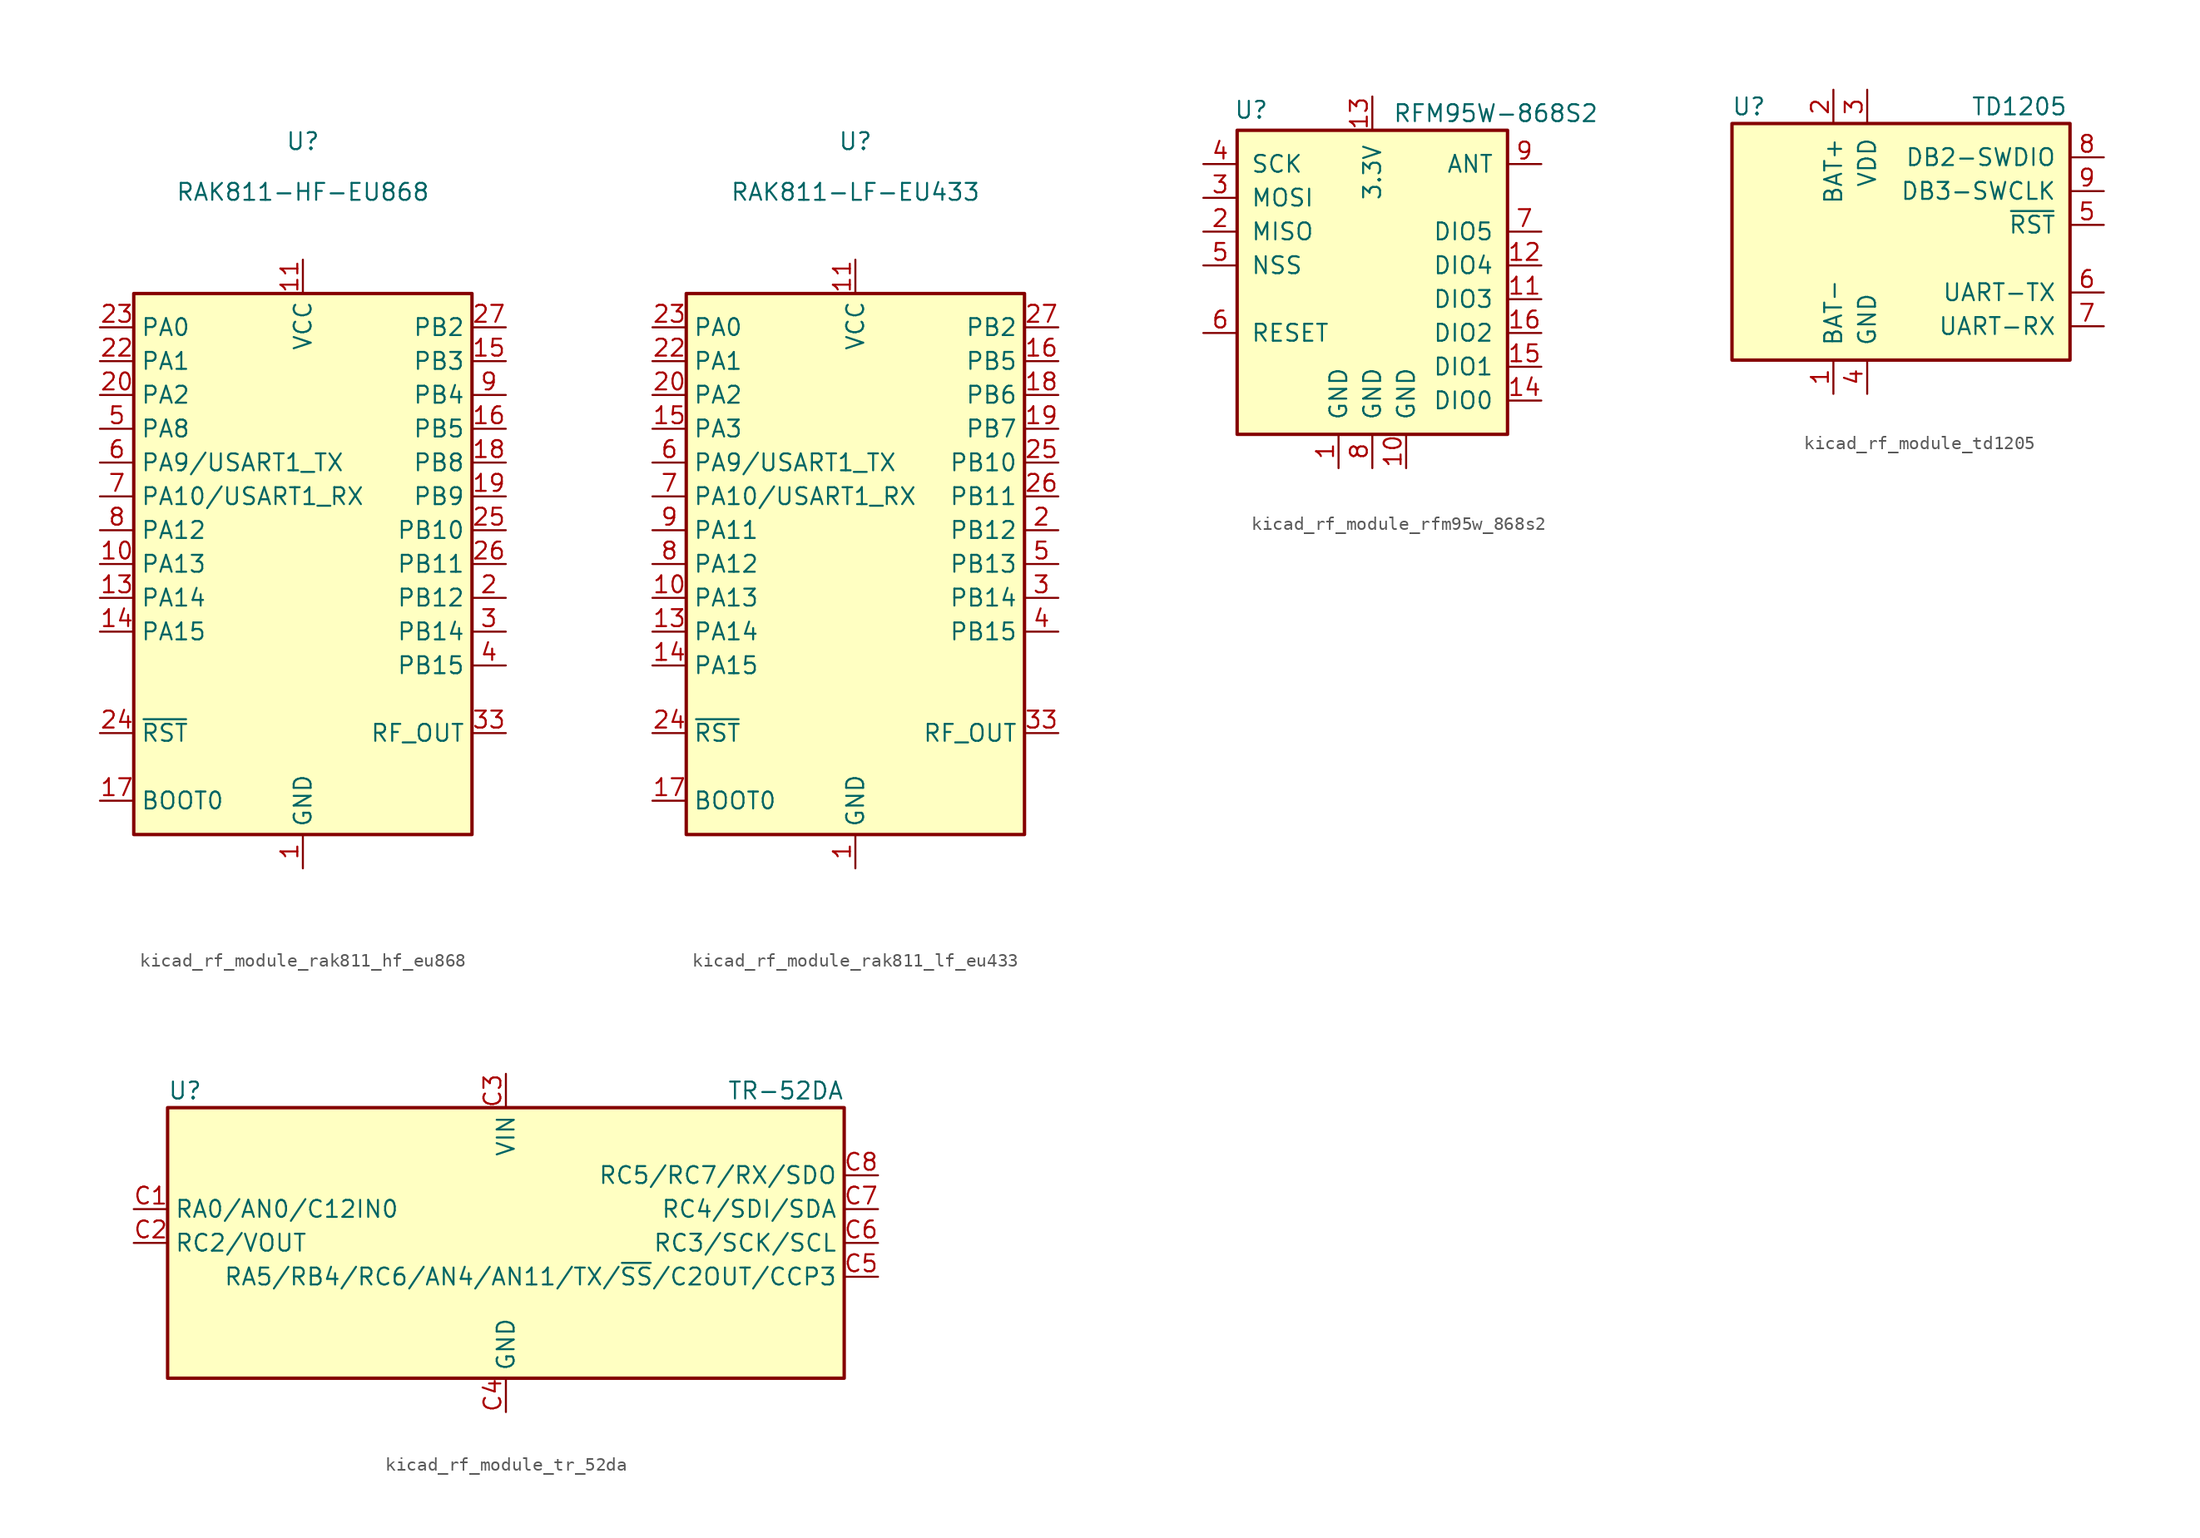
<source format=kicad_sym>
(kicad_symbol_lib
  (version 20220914)
  (generator kicad_symbol_editor)
  (symbol "kicad_rf_module_rak811_hf_eu868"
    (property "Reference" "U"
      (at 0 31.75 0)
      (effects (font (size 1.27 1.27))))
    (property "Value" "RAK811-HF-EU868"
      (at 0 27.94 0)
      (effects (font (size 1.27 1.27))))
    (symbol "kicad_rf_module_rak811_hf_eu868_0_0"
      (pin power_in line (at 0 -22.86 90) (length 2.54) (name "GND" (effects (font (size 1.27 1.27)))) (number "1" (effects (font (size 1.27 1.27)))))
      (pin bidirectional line (at -15.24 0 0) (length 2.54) (name "PA13" (effects (font (size 1.27 1.27)))) (number "10" (effects (font (size 1.27 1.27)))))
      (pin power_in line (at 0 22.86 270) (length 2.54) (name "VCC" (effects (font (size 1.27 1.27)))) (number "11" (effects (font (size 1.27 1.27)))))
      (pin passive line (at 0 -22.86 90) (length 2.54) hide (name "GND" (effects (font (size 1.27 1.27)))) (number "12" (effects (font (size 1.27 1.27)))))
      (pin bidirectional line (at -15.24 -2.54 0) (length 2.54) (name "PA14" (effects (font (size 1.27 1.27)))) (number "13" (effects (font (size 1.27 1.27)))))
      (pin bidirectional line (at -15.24 -5.08 0) (length 2.54) (name "PA15" (effects (font (size 1.27 1.27)))) (number "14" (effects (font (size 1.27 1.27)))))
      (pin bidirectional line (at 15.24 15.24 180) (length 2.54) (name "PB3" (effects (font (size 1.27 1.27)))) (number "15" (effects (font (size 1.27 1.27)))))
      (pin bidirectional line (at 15.24 10.16 180) (length 2.54) (name "PB5" (effects (font (size 1.27 1.27)))) (number "16" (effects (font (size 1.27 1.27)))))
      (pin input line (at -15.24 -17.78 0) (length 2.54) (name "BOOT0" (effects (font (size 1.27 1.27)))) (number "17" (effects (font (size 1.27 1.27)))))
      (pin bidirectional line (at 15.24 7.62 180) (length 2.54) (name "PB8" (effects (font (size 1.27 1.27)))) (number "18" (effects (font (size 1.27 1.27)))))
      (pin bidirectional line (at 15.24 5.08 180) (length 2.54) (name "PB9" (effects (font (size 1.27 1.27)))) (number "19" (effects (font (size 1.27 1.27)))))
      (pin bidirectional line (at 15.24 -2.54 180) (length 2.54) (name "PB12" (effects (font (size 1.27 1.27)))) (number "2" (effects (font (size 1.27 1.27)))))
      (pin bidirectional line (at -15.24 12.7 0) (length 2.54) (name "PA2" (effects (font (size 1.27 1.27)))) (number "20" (effects (font (size 1.27 1.27)))))
      (pin passive line (at 0 -22.86 90) (length 2.54) hide (name "GND" (effects (font (size 1.27 1.27)))) (number "21" (effects (font (size 1.27 1.27)))))
      (pin bidirectional line (at -15.24 15.24 0) (length 2.54) (name "PA1" (effects (font (size 1.27 1.27)))) (number "22" (effects (font (size 1.27 1.27)))))
      (pin bidirectional line (at -15.24 17.78 0) (length 2.54) (name "PA0" (effects (font (size 1.27 1.27)))) (number "23" (effects (font (size 1.27 1.27)))))
      (pin input line (at -15.24 -12.7 0) (length 2.54) (name "~{RST}" (effects (font (size 1.27 1.27)))) (number "24" (effects (font (size 1.27 1.27)))))
      (pin bidirectional line (at 15.24 2.54 180) (length 2.54) (name "PB10" (effects (font (size 1.27 1.27)))) (number "25" (effects (font (size 1.27 1.27)))))
      (pin bidirectional line (at 15.24 0 180) (length 2.54) (name "PB11" (effects (font (size 1.27 1.27)))) (number "26" (effects (font (size 1.27 1.27)))))
      (pin bidirectional line (at 15.24 17.78 180) (length 2.54) (name "PB2" (effects (font (size 1.27 1.27)))) (number "27" (effects (font (size 1.27 1.27)))))
      (pin passive line (at 0 -22.86 90) (length 2.54) hide (name "GND" (effects (font (size 1.27 1.27)))) (number "28" (effects (font (size 1.27 1.27)))))
      (pin passive line (at 0 -22.86 90) (length 2.54) hide (name "GND" (effects (font (size 1.27 1.27)))) (number "29" (effects (font (size 1.27 1.27)))))
      (pin bidirectional line (at 15.24 -5.08 180) (length 2.54) (name "PB14" (effects (font (size 1.27 1.27)))) (number "3" (effects (font (size 1.27 1.27)))))
      (pin passive line (at 0 -22.86 90) (length 2.54) hide (name "GND" (effects (font (size 1.27 1.27)))) (number "30" (effects (font (size 1.27 1.27)))))
      (pin passive line (at 0 -22.86 90) (length 2.54) hide (name "GND" (effects (font (size 1.27 1.27)))) (number "31" (effects (font (size 1.27 1.27)))))
      (pin passive line (at 0 -22.86 90) (length 2.54) hide (name "GND" (effects (font (size 1.27 1.27)))) (number "32" (effects (font (size 1.27 1.27)))))
      (pin passive line (at 15.24 -12.7 180) (length 2.54) (name "RF_OUT" (effects (font (size 1.27 1.27)))) (number "33" (effects (font (size 1.27 1.27)))))
      (pin passive line (at 0 -22.86 90) (length 2.54) hide (name "GND" (effects (font (size 1.27 1.27)))) (number "34" (effects (font (size 1.27 1.27)))))
      (pin bidirectional line (at 15.24 -7.62 180) (length 2.54) (name "PB15" (effects (font (size 1.27 1.27)))) (number "4" (effects (font (size 1.27 1.27)))))
      (pin bidirectional line (at -15.24 10.16 0) (length 2.54) (name "PA8" (effects (font (size 1.27 1.27)))) (number "5" (effects (font (size 1.27 1.27)))))
      (pin bidirectional line (at -15.24 7.62 0) (length 2.54) (name "PA9/USART1_TX" (effects (font (size 1.27 1.27)))) (number "6" (effects (font (size 1.27 1.27)))))
      (pin bidirectional line (at -15.24 5.08 0) (length 2.54) (name "PA10/USART1_RX" (effects (font (size 1.27 1.27)))) (number "7" (effects (font (size 1.27 1.27)))))
      (pin bidirectional line (at -15.24 2.54 0) (length 2.54) (name "PA12" (effects (font (size 1.27 1.27)))) (number "8" (effects (font (size 1.27 1.27)))))
      (pin bidirectional line (at 15.24 12.7 180) (length 2.54) (name "PB4" (effects (font (size 1.27 1.27)))) (number "9" (effects (font (size 1.27 1.27))))))
    (symbol "kicad_rf_module_rak811_hf_eu868_0_1"
      (rectangle (start 12.7 -20.32) (end -12.7 20.32) (stroke (width 0.254) (type default)) (fill (type background)))))
  (symbol "kicad_rf_module_rak811_lf_eu433"
    (property "Reference" "U"
      (at 0 31.75 0)
      (effects (font (size 1.27 1.27))))
    (property "Value" "RAK811-LF-EU433"
      (at 0 27.94 0)
      (effects (font (size 1.27 1.27))))
    (symbol "kicad_rf_module_rak811_lf_eu433_0_0"
      (pin power_in line (at 0 -22.86 90) (length 2.54) (name "GND" (effects (font (size 1.27 1.27)))) (number "1" (effects (font (size 1.27 1.27)))))
      (pin bidirectional line (at -15.24 -2.54 0) (length 2.54) (name "PA13" (effects (font (size 1.27 1.27)))) (number "10" (effects (font (size 1.27 1.27)))))
      (pin power_in line (at 0 22.86 270) (length 2.54) (name "VCC" (effects (font (size 1.27 1.27)))) (number "11" (effects (font (size 1.27 1.27)))))
      (pin passive line (at 0 -22.86 90) (length 2.54) hide (name "GND" (effects (font (size 1.27 1.27)))) (number "12" (effects (font (size 1.27 1.27)))))
      (pin bidirectional line (at -15.24 -5.08 0) (length 2.54) (name "PA14" (effects (font (size 1.27 1.27)))) (number "13" (effects (font (size 1.27 1.27)))))
      (pin bidirectional line (at -15.24 -7.62 0) (length 2.54) (name "PA15" (effects (font (size 1.27 1.27)))) (number "14" (effects (font (size 1.27 1.27)))))
      (pin bidirectional line (at -15.24 10.16 0) (length 2.54) (name "PA3" (effects (font (size 1.27 1.27)))) (number "15" (effects (font (size 1.27 1.27)))))
      (pin bidirectional line (at 15.24 15.24 180) (length 2.54) (name "PB5" (effects (font (size 1.27 1.27)))) (number "16" (effects (font (size 1.27 1.27)))))
      (pin input line (at -15.24 -17.78 0) (length 2.54) (name "BOOT0" (effects (font (size 1.27 1.27)))) (number "17" (effects (font (size 1.27 1.27)))))
      (pin bidirectional line (at 15.24 12.7 180) (length 2.54) (name "PB6" (effects (font (size 1.27 1.27)))) (number "18" (effects (font (size 1.27 1.27)))))
      (pin bidirectional line (at 15.24 10.16 180) (length 2.54) (name "PB7" (effects (font (size 1.27 1.27)))) (number "19" (effects (font (size 1.27 1.27)))))
      (pin bidirectional line (at 15.24 2.54 180) (length 2.54) (name "PB12" (effects (font (size 1.27 1.27)))) (number "2" (effects (font (size 1.27 1.27)))))
      (pin bidirectional line (at -15.24 12.7 0) (length 2.54) (name "PA2" (effects (font (size 1.27 1.27)))) (number "20" (effects (font (size 1.27 1.27)))))
      (pin passive line (at 0 -22.86 90) (length 2.54) hide (name "GND" (effects (font (size 1.27 1.27)))) (number "21" (effects (font (size 1.27 1.27)))))
      (pin bidirectional line (at -15.24 15.24 0) (length 2.54) (name "PA1" (effects (font (size 1.27 1.27)))) (number "22" (effects (font (size 1.27 1.27)))))
      (pin bidirectional line (at -15.24 17.78 0) (length 2.54) (name "PA0" (effects (font (size 1.27 1.27)))) (number "23" (effects (font (size 1.27 1.27)))))
      (pin input line (at -15.24 -12.7 0) (length 2.54) (name "~{RST}" (effects (font (size 1.27 1.27)))) (number "24" (effects (font (size 1.27 1.27)))))
      (pin bidirectional line (at 15.24 7.62 180) (length 2.54) (name "PB10" (effects (font (size 1.27 1.27)))) (number "25" (effects (font (size 1.27 1.27)))))
      (pin bidirectional line (at 15.24 5.08 180) (length 2.54) (name "PB11" (effects (font (size 1.27 1.27)))) (number "26" (effects (font (size 1.27 1.27)))))
      (pin bidirectional line (at 15.24 17.78 180) (length 2.54) (name "PB2" (effects (font (size 1.27 1.27)))) (number "27" (effects (font (size 1.27 1.27)))))
      (pin passive line (at 0 -22.86 90) (length 2.54) hide (name "GND" (effects (font (size 1.27 1.27)))) (number "28" (effects (font (size 1.27 1.27)))))
      (pin passive line (at 0 -22.86 90) (length 2.54) hide (name "GND" (effects (font (size 1.27 1.27)))) (number "29" (effects (font (size 1.27 1.27)))))
      (pin bidirectional line (at 15.24 -2.54 180) (length 2.54) (name "PB14" (effects (font (size 1.27 1.27)))) (number "3" (effects (font (size 1.27 1.27)))))
      (pin passive line (at 0 -22.86 90) (length 2.54) hide (name "GND" (effects (font (size 1.27 1.27)))) (number "30" (effects (font (size 1.27 1.27)))))
      (pin passive line (at 0 -22.86 90) (length 2.54) hide (name "GND" (effects (font (size 1.27 1.27)))) (number "31" (effects (font (size 1.27 1.27)))))
      (pin passive line (at 0 -22.86 90) (length 2.54) hide (name "GND" (effects (font (size 1.27 1.27)))) (number "32" (effects (font (size 1.27 1.27)))))
      (pin passive line (at 15.24 -12.7 180) (length 2.54) (name "RF_OUT" (effects (font (size 1.27 1.27)))) (number "33" (effects (font (size 1.27 1.27)))))
      (pin passive line (at 0 -22.86 90) (length 2.54) hide (name "GND" (effects (font (size 1.27 1.27)))) (number "34" (effects (font (size 1.27 1.27)))))
      (pin bidirectional line (at 15.24 -5.08 180) (length 2.54) (name "PB15" (effects (font (size 1.27 1.27)))) (number "4" (effects (font (size 1.27 1.27)))))
      (pin bidirectional line (at 15.24 0 180) (length 2.54) (name "PB13" (effects (font (size 1.27 1.27)))) (number "5" (effects (font (size 1.27 1.27)))))
      (pin bidirectional line (at -15.24 7.62 0) (length 2.54) (name "PA9/USART1_TX" (effects (font (size 1.27 1.27)))) (number "6" (effects (font (size 1.27 1.27)))))
      (pin bidirectional line (at -15.24 5.08 0) (length 2.54) (name "PA10/USART1_RX" (effects (font (size 1.27 1.27)))) (number "7" (effects (font (size 1.27 1.27)))))
      (pin bidirectional line (at -15.24 0 0) (length 2.54) (name "PA12" (effects (font (size 1.27 1.27)))) (number "8" (effects (font (size 1.27 1.27)))))
      (pin bidirectional line (at -15.24 2.54 0) (length 2.54) (name "PA11" (effects (font (size 1.27 1.27)))) (number "9" (effects (font (size 1.27 1.27))))))
    (symbol "kicad_rf_module_rak811_lf_eu433_0_1"
      (rectangle (start 12.7 -20.32) (end -12.7 20.32) (stroke (width 0.254) (type default)) (fill (type background)))))
  (symbol "kicad_rf_module_rfm95w_868s2"
    (pin_names
      (offset 1.016))
    (property "Reference" "U"
      (at -10.414 11.684 0)
      (effects (font (size 1.27 1.27)) (justify left)))
    (property "Value" "RFM95W-868S2"
      (at 1.524 11.43 0)
      (effects (font (size 1.27 1.27)) (justify left)))
    (symbol "kicad_rf_module_rfm95w_868s2_0_1"
      (rectangle (start -10.16 10.16) (end 10.16 -12.7) (stroke (width 0.254) (type default)) (fill (type background))))
    (symbol "kicad_rf_module_rfm95w_868s2_1_1"
      (pin power_in line (at -2.54 -15.24 90) (length 2.54) (name "GND" (effects (font (size 1.27 1.27)))) (number "1" (effects (font (size 1.27 1.27)))))
      (pin power_in line (at 2.54 -15.24 90) (length 2.54) (name "GND" (effects (font (size 1.27 1.27)))) (number "10" (effects (font (size 1.27 1.27)))))
      (pin bidirectional line (at 12.7 -2.54 180) (length 2.54) (name "DIO3" (effects (font (size 1.27 1.27)))) (number "11" (effects (font (size 1.27 1.27)))))
      (pin bidirectional line (at 12.7 0 180) (length 2.54) (name "DIO4" (effects (font (size 1.27 1.27)))) (number "12" (effects (font (size 1.27 1.27)))))
      (pin power_in line (at 0 12.7 270) (length 2.54) (name "3.3V" (effects (font (size 1.27 1.27)))) (number "13" (effects (font (size 1.27 1.27)))))
      (pin bidirectional line (at 12.7 -10.16 180) (length 2.54) (name "DIO0" (effects (font (size 1.27 1.27)))) (number "14" (effects (font (size 1.27 1.27)))))
      (pin bidirectional line (at 12.7 -7.62 180) (length 2.54) (name "DIO1" (effects (font (size 1.27 1.27)))) (number "15" (effects (font (size 1.27 1.27)))))
      (pin bidirectional line (at 12.7 -5.08 180) (length 2.54) (name "DIO2" (effects (font (size 1.27 1.27)))) (number "16" (effects (font (size 1.27 1.27)))))
      (pin output line (at -12.7 2.54 0) (length 2.54) (name "MISO" (effects (font (size 1.27 1.27)))) (number "2" (effects (font (size 1.27 1.27)))))
      (pin input line (at -12.7 5.08 0) (length 2.54) (name "MOSI" (effects (font (size 1.27 1.27)))) (number "3" (effects (font (size 1.27 1.27)))))
      (pin input line (at -12.7 7.62 0) (length 2.54) (name "SCK" (effects (font (size 1.27 1.27)))) (number "4" (effects (font (size 1.27 1.27)))))
      (pin input line (at -12.7 0 0) (length 2.54) (name "NSS" (effects (font (size 1.27 1.27)))) (number "5" (effects (font (size 1.27 1.27)))))
      (pin bidirectional line (at -12.7 -5.08 0) (length 2.54) (name "RESET" (effects (font (size 1.27 1.27)))) (number "6" (effects (font (size 1.27 1.27)))))
      (pin bidirectional line (at 12.7 2.54 180) (length 2.54) (name "DIO5" (effects (font (size 1.27 1.27)))) (number "7" (effects (font (size 1.27 1.27)))))
      (pin power_in line (at 0 -15.24 90) (length 2.54) (name "GND" (effects (font (size 1.27 1.27)))) (number "8" (effects (font (size 1.27 1.27)))))
      (pin bidirectional line (at 12.7 7.62 180) (length 2.54) (name "ANT" (effects (font (size 1.27 1.27)))) (number "9" (effects (font (size 1.27 1.27)))))))
  (symbol "kicad_rf_module_td1205"
    (pin_names
      (offset 1.016))
    (property "Reference" "U"
      (at -11.43 11.43 0)
      (effects (font (size 1.27 1.27))))
    (property "Value" "TD1205"
      (at 8.89 11.43 0)
      (effects (font (size 1.27 1.27))))
    (symbol "kicad_rf_module_td1205_0_1"
      (rectangle (start -12.7 10.16) (end 12.7 -7.62) (stroke (width 0.254) (type default)) (fill (type background))))
    (symbol "kicad_rf_module_td1205_1_1"
      (pin power_in line (at -5.08 -10.16 90) (length 2.54) (name "BAT-" (effects (font (size 1.27 1.27)))) (number "1" (effects (font (size 1.27 1.27)))))
      (pin power_in line (at -5.08 12.7 270) (length 2.54) (name "BAT+" (effects (font (size 1.27 1.27)))) (number "2" (effects (font (size 1.27 1.27)))))
      (pin power_in line (at -2.54 12.7 270) (length 2.54) (name "VDD" (effects (font (size 1.27 1.27)))) (number "3" (effects (font (size 1.27 1.27)))))
      (pin power_in line (at -2.54 -10.16 90) (length 2.54) (name "GND" (effects (font (size 1.27 1.27)))) (number "4" (effects (font (size 1.27 1.27)))))
      (pin input line (at 15.24 2.54 180) (length 2.54) (name "~{RST}" (effects (font (size 1.27 1.27)))) (number "5" (effects (font (size 1.27 1.27)))))
      (pin bidirectional line (at 15.24 -2.54 180) (length 2.54) (name "UART-TX" (effects (font (size 1.27 1.27)))) (number "6" (effects (font (size 1.27 1.27)))))
      (pin bidirectional line (at 15.24 -5.08 180) (length 2.54) (name "UART-RX" (effects (font (size 1.27 1.27)))) (number "7" (effects (font (size 1.27 1.27)))))
      (pin bidirectional line (at 15.24 7.62 180) (length 2.54) (name "DB2-SWDIO" (effects (font (size 1.27 1.27)))) (number "8" (effects (font (size 1.27 1.27)))))
      (pin bidirectional line (at 15.24 5.08 180) (length 2.54) (name "DB3-SWCLK" (effects (font (size 1.27 1.27)))) (number "9" (effects (font (size 1.27 1.27)))))))
  (symbol "kicad_rf_module_tr_52da"
    (property "Reference" "U"
      (at -25.4 11.43 0)
      (effects (font (size 1.27 1.27)) (justify left)))
    (property "Value" "TR-52DA"
      (at 25.4 11.43 0)
      (effects (font (size 1.27 1.27)) (justify right)))
    (symbol "kicad_rf_module_tr_52da_0_1"
      (rectangle (start -25.4 10.16) (end 25.4 -10.16) (stroke (width 0.254) (type default)) (fill (type background))))
    (symbol "kicad_rf_module_tr_52da_1_1"
      (pin bidirectional line (at -27.94 2.54 0) (length 2.54) (name "RA0/AN0/C12IN0" (effects (font (size 1.27 1.27)))) (number "C1" (effects (font (size 1.27 1.27)))))
      (pin bidirectional line (at -27.94 0 0) (length 2.54) (name "RC2/VOUT" (effects (font (size 1.27 1.27)))) (number "C2" (effects (font (size 1.27 1.27)))))
      (pin power_in line (at 0 12.7 270) (length 2.54) (name "VIN" (effects (font (size 1.27 1.27)))) (number "C3" (effects (font (size 1.27 1.27)))))
      (pin power_in line (at 0 -12.7 90) (length 2.54) (name "GND" (effects (font (size 1.27 1.27)))) (number "C4" (effects (font (size 1.27 1.27)))))
      (pin bidirectional line (at 27.94 -2.54 180) (length 2.54) (name "RA5/RB4/RC6/AN4/AN11/TX/~{SS}/C2OUT/CCP3" (effects (font (size 1.27 1.27)))) (number "C5" (effects (font (size 1.27 1.27)))))
      (pin bidirectional line (at 27.94 0 180) (length 2.54) (name "RC3/SCK/SCL" (effects (font (size 1.27 1.27)))) (number "C6" (effects (font (size 1.27 1.27)))))
      (pin bidirectional line (at 27.94 2.54 180) (length 2.54) (name "RC4/SDI/SDA" (effects (font (size 1.27 1.27)))) (number "C7" (effects (font (size 1.27 1.27)))))
      (pin bidirectional line (at 27.94 5.08 180) (length 2.54) (name "RC5/RC7/RX/SDO" (effects (font (size 1.27 1.27)))) (number "C8" (effects (font (size 1.27 1.27))))))))
</source>
